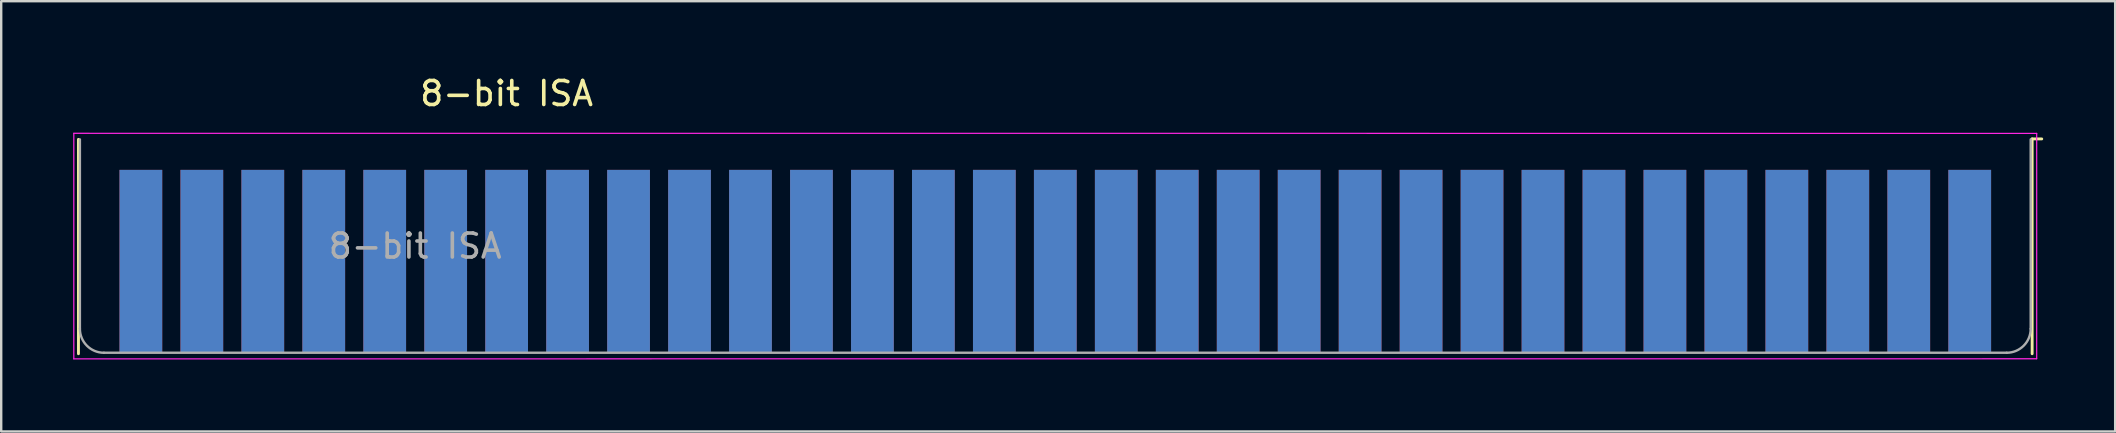
<source format=kicad_pcb>
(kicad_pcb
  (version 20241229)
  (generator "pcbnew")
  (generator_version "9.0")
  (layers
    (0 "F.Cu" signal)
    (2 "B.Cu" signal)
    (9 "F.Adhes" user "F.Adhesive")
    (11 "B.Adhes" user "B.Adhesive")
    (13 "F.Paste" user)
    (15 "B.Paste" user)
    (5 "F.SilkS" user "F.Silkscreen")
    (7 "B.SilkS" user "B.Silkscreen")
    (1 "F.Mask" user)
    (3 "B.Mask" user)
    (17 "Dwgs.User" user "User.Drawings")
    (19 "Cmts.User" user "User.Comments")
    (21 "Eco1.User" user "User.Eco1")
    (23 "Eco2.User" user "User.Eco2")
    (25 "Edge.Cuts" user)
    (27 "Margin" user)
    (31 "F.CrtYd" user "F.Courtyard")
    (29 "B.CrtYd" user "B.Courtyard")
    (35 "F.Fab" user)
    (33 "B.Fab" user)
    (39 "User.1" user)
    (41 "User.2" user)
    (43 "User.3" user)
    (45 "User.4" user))
  (footprint "8-bit ISA"
    (layer "F.Cu")
    (at 79.019 7.838)
    (property "Reference" "8-bit ISA" (at -60.96 -6.99 0) (layer "F.SilkS") (effects (font (size 1 1) (thickness 0.15))))
    (attr exclude_from_pos_files exclude_from_bom)
    (fp_line (start -78.8 -5.08) (end -78.8 3.85) (stroke (width 0.12) (type solid)) (layer "F.SilkS"))
    (fp_line (start 2.6 -5.1) (end 3 -5.1) (stroke (width 0.12) (type solid)) (layer "F.SilkS"))
    (fp_line (start 2.6 3.85) (end 2.6 -5.1) (stroke (width 0.12) (type solid)) (layer "F.SilkS"))
    (fp_line (start -78.994 -5.334) (end 2.79 -5.33) (stroke (width 0.05) (type default)) (layer "F.CrtYd"))
    (fp_line (start -78.994 4.064) (end -78.994 -5.334) (stroke (width 0.05) (type default)) (layer "F.CrtYd"))
    (fp_line (start 2.79 4.06) (end -78.994 4.064) (stroke (width 0.05) (type default)) (layer "F.CrtYd"))
    (fp_line (start 2.79 4.06) (end 2.79 -5.33) (stroke (width 0.05) (type solid)) (layer "F.CrtYd"))
    (fp_line (start -78.74 2.81) (end -78.74 -5.08) (stroke (width 0.1) (type solid)) (layer "F.Fab"))
    (fp_line (start 1.54 3.81) (end -77.74 3.81) (stroke (width 0.1) (type solid)) (layer "F.Fab"))
    (fp_line (start 2.54 -5.08) (end 2.54 2.81) (stroke (width 0.1) (type solid)) (layer "F.Fab"))
    (fp_arc (start -77.74 3.81) (mid -78.447107 3.517107) (end -78.74 2.81) (stroke (width 0.1) (type default)) (layer "F.Fab"))
    (fp_arc (start 2.54 2.81) (mid 2.247107 3.517107) (end 1.54 3.81) (stroke (width 0.1) (type default)) (layer "F.Fab"))
    (fp_text user "${REFERENCE}" (at -64.77 -0.635 0) (layer "F.Fab") (effects (font (size 1 1) (thickness 0.15))))
    (pad "1" connect rect (at 0 0) (size 1.78 7.62) (layers "B.Cu" "B.Mask"))
    (pad "2" connect rect (at -2.54 0) (size 1.78 7.62) (layers "B.Cu" "B.Mask"))
    (pad "3" connect rect (at -5.08 0) (size 1.78 7.62) (layers "B.Cu" "B.Mask"))
    (pad "4" connect rect (at -7.62 0) (size 1.78 7.62) (layers "B.Cu" "B.Mask"))
    (pad "5" connect rect (at -10.16 0) (size 1.78 7.62) (layers "B.Cu" "B.Mask"))
    (pad "6" connect rect (at -12.7 0) (size 1.78 7.62) (layers "B.Cu" "B.Mask"))
    (pad "7" connect rect (at -15.24 0) (size 1.78 7.62) (layers "B.Cu" "B.Mask"))
    (pad "8" connect rect (at -17.78 0) (size 1.78 7.62) (layers "B.Cu" "B.Mask"))
    (pad "9" connect rect (at -20.32 0) (size 1.78 7.62) (layers "B.Cu" "B.Mask"))
    (pad "10" connect rect (at -22.86 0) (size 1.78 7.62) (layers "B.Cu" "B.Mask"))
    (pad "11" connect rect (at -25.4 0) (size 1.78 7.62) (layers "B.Cu" "B.Mask"))
    (pad "12" connect rect (at -27.94 0) (size 1.78 7.62) (layers "B.Cu" "B.Mask"))
    (pad "13" connect rect (at -30.48 0) (size 1.78 7.62) (layers "B.Cu" "B.Mask"))
    (pad "14" connect rect (at -33.02 0) (size 1.78 7.62) (layers "B.Cu" "B.Mask"))
    (pad "15" connect rect (at -35.56 0) (size 1.78 7.62) (layers "B.Cu" "B.Mask"))
    (pad "16" connect rect (at -38.1 0) (size 1.78 7.62) (layers "B.Cu" "B.Mask"))
    (pad "17" connect rect (at -40.64 0) (size 1.78 7.62) (layers "B.Cu" "B.Mask"))
    (pad "18" connect rect (at -43.18 0) (size 1.78 7.62) (layers "B.Cu" "B.Mask"))
    (pad "19" connect rect (at -45.72 0) (size 1.78 7.62) (layers "B.Cu" "B.Mask"))
    (pad "20" connect rect (at -48.26 0) (size 1.78 7.62) (layers "B.Cu" "B.Mask"))
    (pad "21" connect rect (at -50.8 0) (size 1.78 7.62) (layers "B.Cu" "B.Mask"))
    (pad "22" connect rect (at -53.34 0) (size 1.78 7.62) (layers "B.Cu" "B.Mask"))
    (pad "23" connect rect (at -55.88 0) (size 1.78 7.62) (layers "B.Cu" "B.Mask"))
    (pad "24" connect rect (at -58.42 0) (size 1.78 7.62) (layers "B.Cu" "B.Mask"))
    (pad "25" connect rect (at -60.96 0) (size 1.78 7.62) (layers "B.Cu" "B.Mask"))
    (pad "26" connect rect (at -63.5 0) (size 1.78 7.62) (layers "B.Cu" "B.Mask"))
    (pad "27" connect rect (at -66.04 0) (size 1.78 7.62) (layers "B.Cu" "B.Mask"))
    (pad "28" connect rect (at -68.58 0) (size 1.78 7.62) (layers "B.Cu" "B.Mask"))
    (pad "29" connect rect (at -71.12 0) (size 1.78 7.62) (layers "B.Cu" "B.Mask"))
    (pad "30" connect rect (at -73.66 0) (size 1.78 7.62) (layers "B.Cu" "B.Mask"))
    (pad "31" connect rect (at -76.2 0) (size 1.78 7.62) (layers "B.Cu" "B.Mask"))
    (pad "32" connect rect (at 0 0) (size 1.78 7.62) (layers "F.Cu" "F.Mask"))
    (pad "33" connect rect (at -2.54 0) (size 1.78 7.62) (layers "F.Cu" "F.Mask"))
    (pad "34" connect rect (at -5.08 0) (size 1.78 7.62) (layers "F.Cu" "F.Mask"))
    (pad "35" connect rect (at -7.62 0) (size 1.78 7.62) (layers "F.Cu" "F.Mask"))
    (pad "36" connect rect (at -10.16 0) (size 1.78 7.62) (layers "F.Cu" "F.Mask"))
    (pad "37" connect rect (at -12.7 0) (size 1.78 7.62) (layers "F.Cu" "F.Mask"))
    (pad "38" connect rect (at -15.24 0) (size 1.78 7.62) (layers "F.Cu" "F.Mask"))
    (pad "39" connect rect (at -17.78 0) (size 1.78 7.62) (layers "F.Cu" "F.Mask"))
    (pad "40" connect rect (at -20.32 0) (size 1.78 7.62) (layers "F.Cu" "F.Mask"))
    (pad "41" connect rect (at -22.86 0) (size 1.78 7.62) (layers "F.Cu" "F.Mask"))
    (pad "42" connect rect (at -25.4 0) (size 1.78 7.62) (layers "F.Cu" "F.Mask"))
    (pad "43" connect rect (at -27.94 0) (size 1.78 7.62) (layers "F.Cu" "F.Mask"))
    (pad "44" connect rect (at -30.48 0) (size 1.78 7.62) (layers "F.Cu" "F.Mask"))
    (pad "45" connect rect (at -33.02 0) (size 1.78 7.62) (layers "F.Cu" "F.Mask"))
    (pad "46" connect rect (at -35.56 0) (size 1.78 7.62) (layers "F.Cu" "F.Mask"))
    (pad "47" connect rect (at -38.1 0) (size 1.78 7.62) (layers "F.Cu" "F.Mask"))
    (pad "48" connect rect (at -40.64 0) (size 1.78 7.62) (layers "F.Cu" "F.Mask"))
    (pad "49" connect rect (at -43.18 0) (size 1.78 7.62) (layers "F.Cu" "F.Mask"))
    (pad "50" connect rect (at -45.72 0) (size 1.78 7.62) (layers "F.Cu" "F.Mask"))
    (pad "51" connect rect (at -48.26 0) (size 1.78 7.62) (layers "F.Cu" "F.Mask"))
    (pad "52" connect rect (at -50.8 0) (size 1.78 7.62) (layers "F.Cu" "F.Mask"))
    (pad "53" connect rect (at -53.34 0) (size 1.78 7.62) (layers "F.Cu" "F.Mask"))
    (pad "54" connect rect (at -55.88 0) (size 1.78 7.62) (layers "F.Cu" "F.Mask"))
    (pad "55" connect rect (at -58.42 0) (size 1.78 7.62) (layers "F.Cu" "F.Mask"))
    (pad "56" connect rect (at -60.96 0) (size 1.78 7.62) (layers "F.Cu" "F.Mask"))
    (pad "57" connect rect (at -63.5 0) (size 1.78 7.62) (layers "F.Cu" "F.Mask"))
    (pad "58" connect rect (at -66.04 0) (size 1.78 7.62) (layers "F.Cu" "F.Mask"))
    (pad "59" connect rect (at -68.58 0) (size 1.78 7.62) (layers "F.Cu" "F.Mask"))
    (pad "60" connect rect (at -71.12 0) (size 1.78 7.62) (layers "F.Cu" "F.Mask"))
    (pad "61" connect rect (at -73.66 0) (size 1.78 7.62) (layers "F.Cu" "F.Mask"))
    (pad "62" connect rect (at -76.2 0) (size 1.78 7.62) (layers "F.Cu" "F.Mask")))
  (gr_rect
    (start -3 -3)
    (end 85.079 14.927)
    (stroke (width 0.1) (type default))
    (fill no)
    (layer "Edge.Cuts")))
</source>
